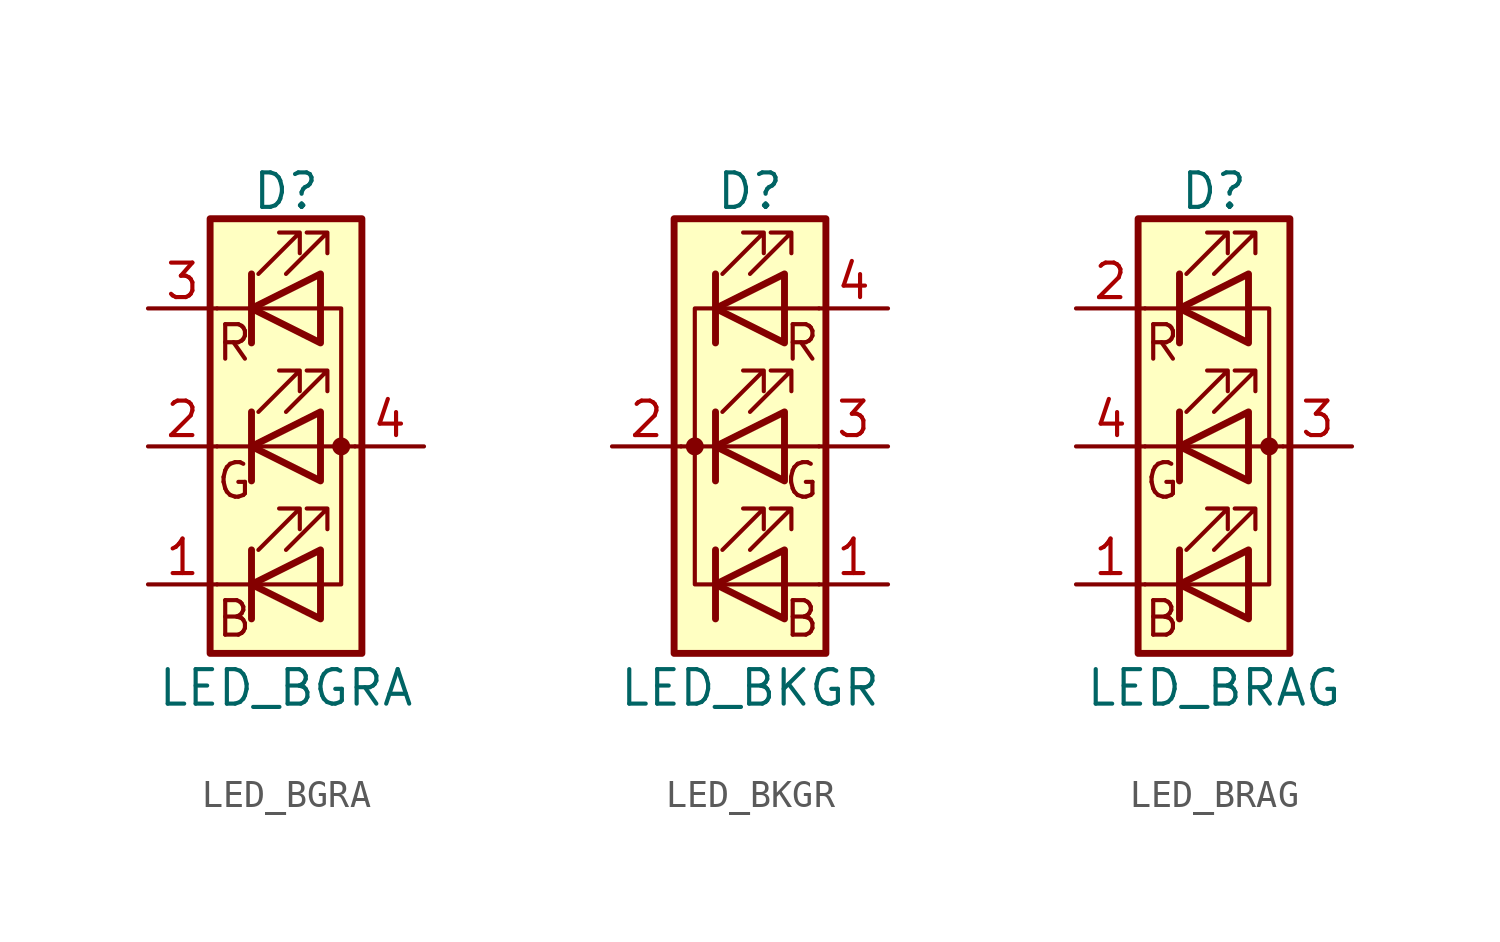
<source format=kicad_sym>
(kicad_symbol_lib
  (version 20211014)
  (generator kicad_symbol_editor)
  (symbol "LED_BGRA"
    (pin_names
      (offset 0) hide)
    (property "Reference" "D"
      (at 0 9.398 0)
      (effects (font (size 1.27 1.27))))
    (property "Value" "LED_BGRA"
      (at 0 -8.89 0)
      (effects (font (size 1.27 1.27))))
    (symbol "LED_BGRA_0_0"
      (text "B" (at -1.905 -6.35 0) (effects (font (size 1.27 1.27))))
      (text "G" (at -1.905 -1.27 0) (effects (font (size 1.27 1.27))))
      (text "R" (at -1.905 3.81 0) (effects (font (size 1.27 1.27)))))
    (symbol "LED_BGRA_0_1"
      (polyline (pts (xy -1.27 -5.08) (xy -2.54 -5.08)) (stroke (width 0) (type default) (color 0 0 0 0)) (fill (type none)))
      (polyline (pts (xy -1.27 -5.08) (xy 1.27 -5.08)) (stroke (width 0) (type default) (color 0 0 0 0)) (fill (type none)))
      (polyline (pts (xy -1.27 -3.81) (xy -1.27 -6.35)) (stroke (width 0.254) (type default) (color 0 0 0 0)) (fill (type none)))
      (polyline (pts (xy -1.27 0) (xy -2.54 0)) (stroke (width 0) (type default) (color 0 0 0 0)) (fill (type none)))
      (polyline (pts (xy -1.27 1.27) (xy -1.27 -1.27)) (stroke (width 0.254) (type default) (color 0 0 0 0)) (fill (type none)))
      (polyline (pts (xy -1.27 5.08) (xy -2.54 5.08)) (stroke (width 0) (type default) (color 0 0 0 0)) (fill (type none)))
      (polyline (pts (xy -1.27 5.08) (xy 1.27 5.08)) (stroke (width 0) (type default) (color 0 0 0 0)) (fill (type none)))
      (polyline (pts (xy -1.27 6.35) (xy -1.27 3.81)) (stroke (width 0.254) (type default) (color 0 0 0 0)) (fill (type none)))
      (polyline (pts (xy 1.27 0) (xy -1.27 0)) (stroke (width 0) (type default) (color 0 0 0 0)) (fill (type none)))
      (polyline (pts (xy 1.27 0) (xy 2.54 0)) (stroke (width 0) (type default) (color 0 0 0 0)) (fill (type none)))
      (polyline (pts (xy -1.27 1.27) (xy -1.27 -1.27) (xy -1.27 -1.27)) (stroke (width 0) (type default) (color 0 0 0 0)) (fill (type none)))
      (polyline (pts (xy -1.27 6.35) (xy -1.27 3.81) (xy -1.27 3.81)) (stroke (width 0) (type default) (color 0 0 0 0)) (fill (type none)))
      (polyline (pts (xy 1.27 -5.08) (xy 2.032 -5.08) (xy 2.032 5.08) (xy 1.27 5.08)) (stroke (width 0) (type default) (color 0 0 0 0)) (fill (type none)))
      (polyline (pts (xy 1.27 -3.81) (xy 1.27 -6.35) (xy -1.27 -5.08) (xy 1.27 -3.81)) (stroke (width 0.254) (type default) (color 0 0 0 0)) (fill (type none)))
      (polyline (pts (xy 1.27 1.27) (xy 1.27 -1.27) (xy -1.27 0) (xy 1.27 1.27)) (stroke (width 0.254) (type default) (color 0 0 0 0)) (fill (type none)))
      (polyline (pts (xy 1.27 6.35) (xy 1.27 3.81) (xy -1.27 5.08) (xy 1.27 6.35)) (stroke (width 0.254) (type default) (color 0 0 0 0)) (fill (type none)))
      (polyline (pts (xy -1.016 -3.81) (xy 0.508 -2.286) (xy -0.254 -2.286) (xy 0.508 -2.286) (xy 0.508 -3.048)) (stroke (width 0) (type default) (color 0 0 0 0)) (fill (type none)))
      (polyline (pts (xy -1.016 1.27) (xy 0.508 2.794) (xy -0.254 2.794) (xy 0.508 2.794) (xy 0.508 2.032)) (stroke (width 0) (type default) (color 0 0 0 0)) (fill (type none)))
      (polyline (pts (xy -1.016 6.35) (xy 0.508 7.874) (xy -0.254 7.874) (xy 0.508 7.874) (xy 0.508 7.112)) (stroke (width 0) (type default) (color 0 0 0 0)) (fill (type none)))
      (polyline (pts (xy 0 -3.81) (xy 1.524 -2.286) (xy 0.762 -2.286) (xy 1.524 -2.286) (xy 1.524 -3.048)) (stroke (width 0) (type default) (color 0 0 0 0)) (fill (type none)))
      (polyline (pts (xy 0 1.27) (xy 1.524 2.794) (xy 0.762 2.794) (xy 1.524 2.794) (xy 1.524 2.032)) (stroke (width 0) (type default) (color 0 0 0 0)) (fill (type none)))
      (polyline (pts (xy 0 6.35) (xy 1.524 7.874) (xy 0.762 7.874) (xy 1.524 7.874) (xy 1.524 7.112)) (stroke (width 0) (type default) (color 0 0 0 0)) (fill (type none)))
      (rectangle (start 1.27 -1.27) (end 1.27 1.27) (stroke (width 0) (type default) (color 0 0 0 0)) (fill (type none)))
      (rectangle (start 1.27 1.27) (end 1.27 1.27) (stroke (width 0) (type default) (color 0 0 0 0)) (fill (type none)))
      (rectangle (start 1.27 3.81) (end 1.27 6.35) (stroke (width 0) (type default) (color 0 0 0 0)) (fill (type none)))
      (rectangle (start 1.27 6.35) (end 1.27 6.35) (stroke (width 0) (type default) (color 0 0 0 0)) (fill (type none)))
      (circle (center 2.032 0) (radius 0.254) (stroke (width 0) (type default) (color 0 0 0 0)) (fill (type outline)))
      (rectangle (start 2.794 8.382) (end -2.794 -7.62) (stroke (width 0.254) (type default) (color 0 0 0 0)) (fill (type background))))
    (symbol "LED_BGRA_1_1"
      (pin passive line (at -5.08 -5.08 0) (length 2.54) (name "BK" (effects (font (size 1.27 1.27)))) (number "1" (effects (font (size 1.27 1.27)))))
      (pin passive line (at -5.08 0 0) (length 2.54) (name "GK" (effects (font (size 1.27 1.27)))) (number "2" (effects (font (size 1.27 1.27)))))
      (pin passive line (at -5.08 5.08 0) (length 2.54) (name "RK" (effects (font (size 1.27 1.27)))) (number "3" (effects (font (size 1.27 1.27)))))
      (pin passive line (at 5.08 0 180) (length 2.54) (name "A" (effects (font (size 1.27 1.27)))) (number "4" (effects (font (size 1.27 1.27)))))))
  (symbol "LED_BKGR"
    (pin_names
      (offset 0) hide)
    (property "Reference" "D"
      (at 0 9.398 0)
      (effects (font (size 1.27 1.27))))
    (property "Value" "LED_BKGR"
      (at 0 -8.89 0)
      (effects (font (size 1.27 1.27))))
    (symbol "LED_BKGR_0_0"
      (text "B" (at 1.905 -6.35 0) (effects (font (size 1.27 1.27))))
      (text "G" (at 1.905 -1.27 0) (effects (font (size 1.27 1.27))))
      (text "R" (at 1.905 3.81 0) (effects (font (size 1.27 1.27)))))
    (symbol "LED_BKGR_0_1"
      (circle (center -2.032 0) (radius 0.254) (stroke (width 0) (type default) (color 0 0 0 0)) (fill (type outline)))
      (polyline (pts (xy -1.27 -5.08) (xy 1.27 -5.08)) (stroke (width 0) (type default) (color 0 0 0 0)) (fill (type none)))
      (polyline (pts (xy -1.27 -3.81) (xy -1.27 -6.35)) (stroke (width 0.254) (type default) (color 0 0 0 0)) (fill (type none)))
      (polyline (pts (xy -1.27 0) (xy -2.54 0)) (stroke (width 0) (type default) (color 0 0 0 0)) (fill (type none)))
      (polyline (pts (xy -1.27 1.27) (xy -1.27 -1.27)) (stroke (width 0.254) (type default) (color 0 0 0 0)) (fill (type none)))
      (polyline (pts (xy -1.27 5.08) (xy 1.27 5.08)) (stroke (width 0) (type default) (color 0 0 0 0)) (fill (type none)))
      (polyline (pts (xy -1.27 6.35) (xy -1.27 3.81)) (stroke (width 0.254) (type default) (color 0 0 0 0)) (fill (type none)))
      (polyline (pts (xy 1.27 -5.08) (xy 2.54 -5.08)) (stroke (width 0) (type default) (color 0 0 0 0)) (fill (type none)))
      (polyline (pts (xy 1.27 0) (xy -1.27 0)) (stroke (width 0) (type default) (color 0 0 0 0)) (fill (type none)))
      (polyline (pts (xy 1.27 0) (xy 2.54 0)) (stroke (width 0) (type default) (color 0 0 0 0)) (fill (type none)))
      (polyline (pts (xy 1.27 5.08) (xy 2.54 5.08)) (stroke (width 0) (type default) (color 0 0 0 0)) (fill (type none)))
      (polyline (pts (xy -1.27 1.27) (xy -1.27 -1.27) (xy -1.27 -1.27)) (stroke (width 0) (type default) (color 0 0 0 0)) (fill (type none)))
      (polyline (pts (xy -1.27 6.35) (xy -1.27 3.81) (xy -1.27 3.81)) (stroke (width 0) (type default) (color 0 0 0 0)) (fill (type none)))
      (polyline (pts (xy -1.27 5.08) (xy -2.032 5.08) (xy -2.032 -5.08) (xy -1.016 -5.08)) (stroke (width 0) (type default) (color 0 0 0 0)) (fill (type none)))
      (polyline (pts (xy 1.27 -3.81) (xy 1.27 -6.35) (xy -1.27 -5.08) (xy 1.27 -3.81)) (stroke (width 0.254) (type default) (color 0 0 0 0)) (fill (type none)))
      (polyline (pts (xy 1.27 1.27) (xy 1.27 -1.27) (xy -1.27 0) (xy 1.27 1.27)) (stroke (width 0.254) (type default) (color 0 0 0 0)) (fill (type none)))
      (polyline (pts (xy 1.27 6.35) (xy 1.27 3.81) (xy -1.27 5.08) (xy 1.27 6.35)) (stroke (width 0.254) (type default) (color 0 0 0 0)) (fill (type none)))
      (polyline (pts (xy -1.016 -3.81) (xy 0.508 -2.286) (xy -0.254 -2.286) (xy 0.508 -2.286) (xy 0.508 -3.048)) (stroke (width 0) (type default) (color 0 0 0 0)) (fill (type none)))
      (polyline (pts (xy -1.016 1.27) (xy 0.508 2.794) (xy -0.254 2.794) (xy 0.508 2.794) (xy 0.508 2.032)) (stroke (width 0) (type default) (color 0 0 0 0)) (fill (type none)))
      (polyline (pts (xy -1.016 6.35) (xy 0.508 7.874) (xy -0.254 7.874) (xy 0.508 7.874) (xy 0.508 7.112)) (stroke (width 0) (type default) (color 0 0 0 0)) (fill (type none)))
      (polyline (pts (xy 0 -3.81) (xy 1.524 -2.286) (xy 0.762 -2.286) (xy 1.524 -2.286) (xy 1.524 -3.048)) (stroke (width 0) (type default) (color 0 0 0 0)) (fill (type none)))
      (polyline (pts (xy 0 1.27) (xy 1.524 2.794) (xy 0.762 2.794) (xy 1.524 2.794) (xy 1.524 2.032)) (stroke (width 0) (type default) (color 0 0 0 0)) (fill (type none)))
      (polyline (pts (xy 0 6.35) (xy 1.524 7.874) (xy 0.762 7.874) (xy 1.524 7.874) (xy 1.524 7.112)) (stroke (width 0) (type default) (color 0 0 0 0)) (fill (type none)))
      (rectangle (start 1.27 -1.27) (end 1.27 1.27) (stroke (width 0) (type default) (color 0 0 0 0)) (fill (type none)))
      (rectangle (start 1.27 1.27) (end 1.27 1.27) (stroke (width 0) (type default) (color 0 0 0 0)) (fill (type none)))
      (rectangle (start 1.27 3.81) (end 1.27 6.35) (stroke (width 0) (type default) (color 0 0 0 0)) (fill (type none)))
      (rectangle (start 1.27 6.35) (end 1.27 6.35) (stroke (width 0) (type default) (color 0 0 0 0)) (fill (type none)))
      (rectangle (start 2.794 8.382) (end -2.794 -7.62) (stroke (width 0.254) (type default) (color 0 0 0 0)) (fill (type background))))
    (symbol "LED_BKGR_1_1"
      (pin passive line (at 5.08 -5.08 180) (length 2.54) (name "BA" (effects (font (size 1.27 1.27)))) (number "1" (effects (font (size 1.27 1.27)))))
      (pin passive line (at -5.08 0 0) (length 2.54) (name "K" (effects (font (size 1.27 1.27)))) (number "2" (effects (font (size 1.27 1.27)))))
      (pin passive line (at 5.08 0 180) (length 2.54) (name "GA" (effects (font (size 1.27 1.27)))) (number "3" (effects (font (size 1.27 1.27)))))
      (pin passive line (at 5.08 5.08 180) (length 2.54) (name "RA" (effects (font (size 1.27 1.27)))) (number "4" (effects (font (size 1.27 1.27)))))))
  (symbol "LED_BRAG"
    (pin_names
      (offset 0) hide)
    (property "Reference" "D"
      (at 0 9.398 0)
      (effects (font (size 1.27 1.27))))
    (property "Value" "LED_BRAG"
      (at 0 -8.89 0)
      (effects (font (size 1.27 1.27))))
    (symbol "LED_BRAG_0_0"
      (text "B" (at -1.905 -6.35 0) (effects (font (size 1.27 1.27))))
      (text "G" (at -1.905 -1.27 0) (effects (font (size 1.27 1.27))))
      (text "R" (at -1.905 3.81 0) (effects (font (size 1.27 1.27)))))
    (symbol "LED_BRAG_0_1"
      (polyline (pts (xy -1.27 -5.08) (xy -2.54 -5.08)) (stroke (width 0) (type default) (color 0 0 0 0)) (fill (type none)))
      (polyline (pts (xy -1.27 -5.08) (xy 1.27 -5.08)) (stroke (width 0) (type default) (color 0 0 0 0)) (fill (type none)))
      (polyline (pts (xy -1.27 -3.81) (xy -1.27 -6.35)) (stroke (width 0.254) (type default) (color 0 0 0 0)) (fill (type none)))
      (polyline (pts (xy -1.27 0) (xy -2.54 0)) (stroke (width 0) (type default) (color 0 0 0 0)) (fill (type none)))
      (polyline (pts (xy -1.27 1.27) (xy -1.27 -1.27)) (stroke (width 0.254) (type default) (color 0 0 0 0)) (fill (type none)))
      (polyline (pts (xy -1.27 5.08) (xy -2.54 5.08)) (stroke (width 0) (type default) (color 0 0 0 0)) (fill (type none)))
      (polyline (pts (xy -1.27 5.08) (xy 1.27 5.08)) (stroke (width 0) (type default) (color 0 0 0 0)) (fill (type none)))
      (polyline (pts (xy -1.27 6.35) (xy -1.27 3.81)) (stroke (width 0.254) (type default) (color 0 0 0 0)) (fill (type none)))
      (polyline (pts (xy 1.27 0) (xy -1.27 0)) (stroke (width 0) (type default) (color 0 0 0 0)) (fill (type none)))
      (polyline (pts (xy 1.27 0) (xy 2.54 0)) (stroke (width 0) (type default) (color 0 0 0 0)) (fill (type none)))
      (polyline (pts (xy -1.27 1.27) (xy -1.27 -1.27) (xy -1.27 -1.27)) (stroke (width 0) (type default) (color 0 0 0 0)) (fill (type none)))
      (polyline (pts (xy -1.27 6.35) (xy -1.27 3.81) (xy -1.27 3.81)) (stroke (width 0) (type default) (color 0 0 0 0)) (fill (type none)))
      (polyline (pts (xy 1.27 -5.08) (xy 2.032 -5.08) (xy 2.032 5.08) (xy 1.27 5.08)) (stroke (width 0) (type default) (color 0 0 0 0)) (fill (type none)))
      (polyline (pts (xy 1.27 -3.81) (xy 1.27 -6.35) (xy -1.27 -5.08) (xy 1.27 -3.81)) (stroke (width 0.254) (type default) (color 0 0 0 0)) (fill (type none)))
      (polyline (pts (xy 1.27 1.27) (xy 1.27 -1.27) (xy -1.27 0) (xy 1.27 1.27)) (stroke (width 0.254) (type default) (color 0 0 0 0)) (fill (type none)))
      (polyline (pts (xy 1.27 6.35) (xy 1.27 3.81) (xy -1.27 5.08) (xy 1.27 6.35)) (stroke (width 0.254) (type default) (color 0 0 0 0)) (fill (type none)))
      (polyline (pts (xy -1.016 -3.81) (xy 0.508 -2.286) (xy -0.254 -2.286) (xy 0.508 -2.286) (xy 0.508 -3.048)) (stroke (width 0) (type default) (color 0 0 0 0)) (fill (type none)))
      (polyline (pts (xy -1.016 1.27) (xy 0.508 2.794) (xy -0.254 2.794) (xy 0.508 2.794) (xy 0.508 2.032)) (stroke (width 0) (type default) (color 0 0 0 0)) (fill (type none)))
      (polyline (pts (xy -1.016 6.35) (xy 0.508 7.874) (xy -0.254 7.874) (xy 0.508 7.874) (xy 0.508 7.112)) (stroke (width 0) (type default) (color 0 0 0 0)) (fill (type none)))
      (polyline (pts (xy 0 -3.81) (xy 1.524 -2.286) (xy 0.762 -2.286) (xy 1.524 -2.286) (xy 1.524 -3.048)) (stroke (width 0) (type default) (color 0 0 0 0)) (fill (type none)))
      (polyline (pts (xy 0 1.27) (xy 1.524 2.794) (xy 0.762 2.794) (xy 1.524 2.794) (xy 1.524 2.032)) (stroke (width 0) (type default) (color 0 0 0 0)) (fill (type none)))
      (polyline (pts (xy 0 6.35) (xy 1.524 7.874) (xy 0.762 7.874) (xy 1.524 7.874) (xy 1.524 7.112)) (stroke (width 0) (type default) (color 0 0 0 0)) (fill (type none)))
      (rectangle (start 1.27 -1.27) (end 1.27 1.27) (stroke (width 0) (type default) (color 0 0 0 0)) (fill (type none)))
      (rectangle (start 1.27 1.27) (end 1.27 1.27) (stroke (width 0) (type default) (color 0 0 0 0)) (fill (type none)))
      (rectangle (start 1.27 3.81) (end 1.27 6.35) (stroke (width 0) (type default) (color 0 0 0 0)) (fill (type none)))
      (rectangle (start 1.27 6.35) (end 1.27 6.35) (stroke (width 0) (type default) (color 0 0 0 0)) (fill (type none)))
      (circle (center 2.032 0) (radius 0.254) (stroke (width 0) (type default) (color 0 0 0 0)) (fill (type outline)))
      (rectangle (start 2.794 8.382) (end -2.794 -7.62) (stroke (width 0.254) (type default) (color 0 0 0 0)) (fill (type background))))
    (symbol "LED_BRAG_1_1"
      (pin passive line (at -5.08 -5.08 0) (length 2.54) (name "BK" (effects (font (size 1.27 1.27)))) (number "1" (effects (font (size 1.27 1.27)))))
      (pin passive line (at -5.08 5.08 0) (length 2.54) (name "RK" (effects (font (size 1.27 1.27)))) (number "2" (effects (font (size 1.27 1.27)))))
      (pin passive line (at 5.08 0 180) (length 2.54) (name "A" (effects (font (size 1.27 1.27)))) (number "3" (effects (font (size 1.27 1.27)))))
      (pin passive line (at -5.08 0 0) (length 2.54) (name "GK" (effects (font (size 1.27 1.27)))) (number "4" (effects (font (size 1.27 1.27))))))))
</source>
